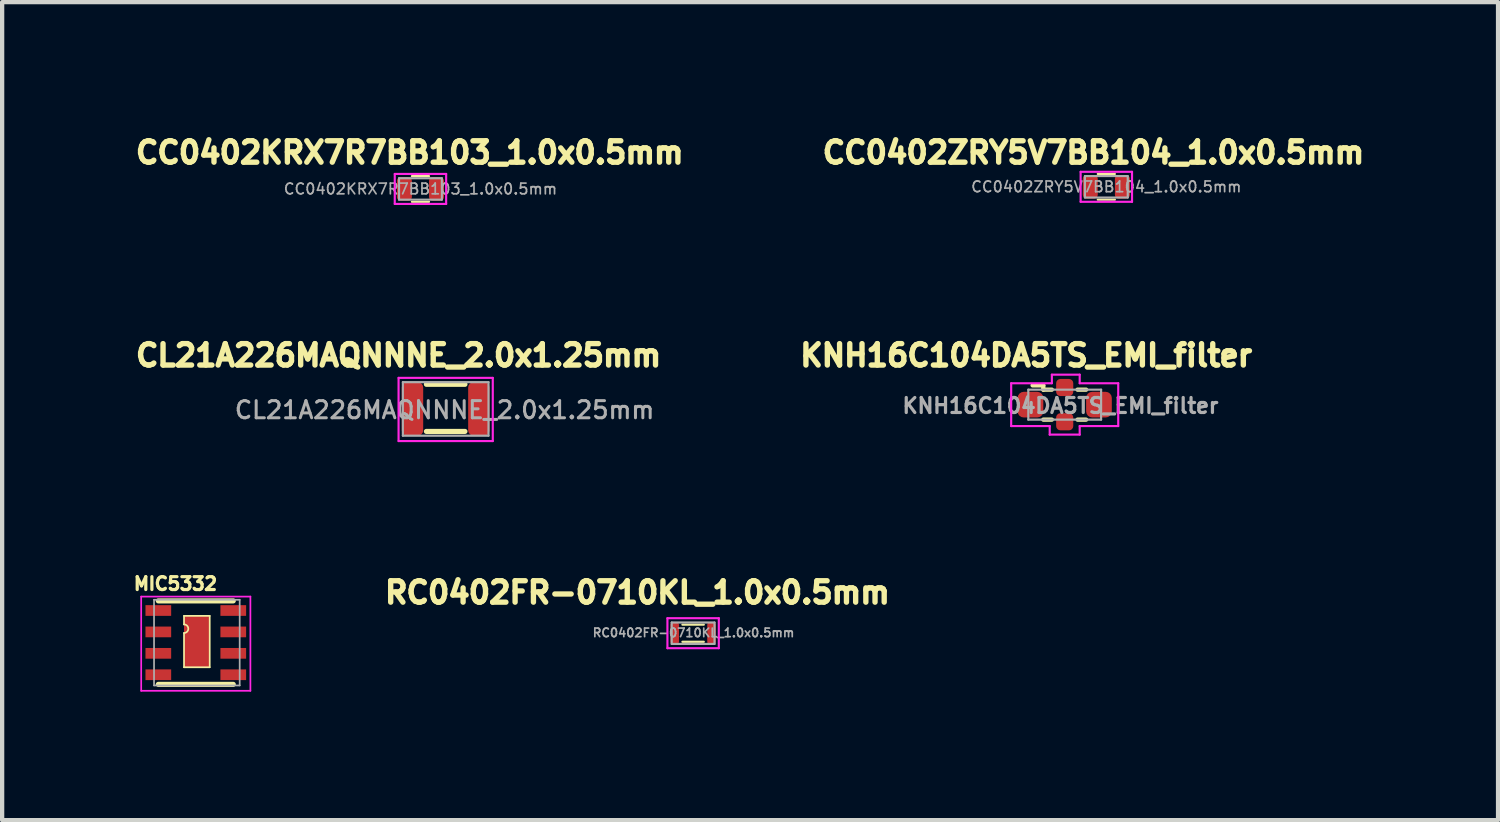
<source format=kicad_pcb>
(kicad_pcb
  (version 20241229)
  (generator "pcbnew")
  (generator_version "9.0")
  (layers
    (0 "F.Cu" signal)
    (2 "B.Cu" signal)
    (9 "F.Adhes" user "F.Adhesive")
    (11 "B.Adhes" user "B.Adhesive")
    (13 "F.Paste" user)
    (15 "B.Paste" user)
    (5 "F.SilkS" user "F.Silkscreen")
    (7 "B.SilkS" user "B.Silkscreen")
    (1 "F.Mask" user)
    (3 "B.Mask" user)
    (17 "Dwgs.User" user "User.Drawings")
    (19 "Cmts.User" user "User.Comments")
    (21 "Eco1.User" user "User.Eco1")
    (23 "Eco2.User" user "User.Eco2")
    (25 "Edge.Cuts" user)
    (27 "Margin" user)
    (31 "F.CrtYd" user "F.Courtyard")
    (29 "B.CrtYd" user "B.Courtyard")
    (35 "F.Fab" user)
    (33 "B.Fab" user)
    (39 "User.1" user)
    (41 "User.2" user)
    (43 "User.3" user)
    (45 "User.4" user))
  (footprint "MIC5332"
    (layer "F.Cu")
    (at 0.547 11.081)
    (property "Reference" "MIC5332" (at 0.5 -0.5 0) (layer "F.SilkS") (effects (font (size 0.3 0.3) (thickness 0.075))))
    (attr through_hole)
    (fp_line (start 0.1 -0.1) (end 1.85 -0.1) (stroke (width 0.12) (type solid)) (layer "F.SilkS"))
    (fp_line (start 0.7 0.25) (end 0.7 0.45) (stroke (width 0.04) (type solid)) (layer "F.SilkS"))
    (fp_line (start 0.7 0.65) (end 0.7 1.45) (stroke (width 0.04) (type solid)) (layer "F.SilkS"))
    (fp_line (start 0.7 1.45) (end 1.3 1.45) (stroke (width 0.04) (type solid)) (layer "F.SilkS"))
    (fp_line (start 1.3 0.25) (end 0.7 0.25) (stroke (width 0.04) (type solid)) (layer "F.SilkS"))
    (fp_line (start 1.3 1.45) (end 1.3 0.25) (stroke (width 0.04) (type solid)) (layer "F.SilkS"))
    (fp_line (start 1.85 1.85) (end 0.1 1.85) (stroke (width 0.12) (type solid)) (layer "F.SilkS"))
    (fp_arc (start 0.7 0.45) (mid 0.8 0.55) (end 0.7 0.65) (stroke (width 0.04) (type solid)) (layer "F.SilkS"))
    (fp_line (start -0.3 -0.2) (end -0.3 2) (stroke (width 0.04) (type solid)) (layer "F.CrtYd"))
    (fp_line (start -0.3 2) (end 2.25 2) (stroke (width 0.04) (type solid)) (layer "F.CrtYd"))
    (fp_line (start 2.25 -0.2) (end -0.3 -0.2) (stroke (width 0.04) (type solid)) (layer "F.CrtYd"))
    (fp_line (start 2.25 2) (end 2.25 -0.2) (stroke (width 0.04) (type solid)) (layer "F.CrtYd"))
    (fp_line (start 0 -0.125) (end 2 -0.125) (stroke (width 0.04) (type solid)) (layer "F.Fab"))
    (fp_line (start 0 1.875) (end 0 -0.125) (stroke (width 0.04) (type solid)) (layer "F.Fab"))
    (fp_line (start 2 -0.125) (end 2 1.875) (stroke (width 0.04) (type solid)) (layer "F.Fab"))
    (fp_line (start 2 1.875) (end 0 1.875) (stroke (width 0.04) (type solid)) (layer "F.Fab"))
    (pad "1" smd trapezoid (at 0.1 0.125 270) (size 0.25 0.6) (layers "F.Cu" "F.Mask" "F.Paste"))
    (pad "2" smd trapezoid (at 0.1 0.625 90) (size 0.25 0.6) (layers "F.Cu" "F.Mask" "F.Paste"))
    (pad "2" smd trapezoid (at 1 0.85 90) (size 1.2 0.6) (layers "F.Cu" "F.Mask" "F.Paste"))
    (pad "3" smd trapezoid (at 0.1 1.125 90) (size 0.25 0.6) (layers "F.Cu" "F.Mask" "F.Paste"))
    (pad "4" smd trapezoid (at 0.1 1.625 90) (size 0.25 0.6) (layers "F.Cu" "F.Mask" "F.Paste"))
    (pad "5" smd trapezoid (at 1.85 1.625 90) (size 0.25 0.6) (layers "F.Cu" "F.Mask" "F.Paste"))
    (pad "6" smd trapezoid (at 1.85 1.125 90) (size 0.25 0.6) (layers "F.Cu" "F.Mask" "F.Paste"))
    (pad "7" smd trapezoid (at 1.85 0.625 90) (size 0.25 0.6) (layers "F.Cu" "F.Mask" "F.Paste"))
    (pad "8" smd trapezoid (at 1.85 0.125 90) (size 0.25 0.6) (layers "F.Cu" "F.Mask" "F.Paste")))
  (footprint "CC0402KRX7R7BB103_1.0x0.5mm"
    (layer "F.Cu")
    (at 6.168 1.012)
    (property "Reference" "CC0402KRX7R7BB103_1.0x0.5mm" (at 0.35 -0.5 0) (layer "F.SilkS") (effects (font (size 0.5 0.5) (thickness 0.125))))
    (attr through_hole)
    (fp_line (start 0.4 0.05) (end 0.8 0.05) (stroke (width 0.05) (type solid)) (layer "F.SilkS"))
    (fp_line (start 0.4 0.65) (end 0.8 0.65) (stroke (width 0.05) (type solid)) (layer "F.SilkS"))
    (fp_line (start 0 0) (end 0 0.7) (stroke (width 0.05) (type solid)) (layer "F.CrtYd"))
    (fp_line (start 0 0.7) (end 1.2 0.7) (stroke (width 0.05) (type solid)) (layer "F.CrtYd"))
    (fp_line (start 1.2 0) (end 0 0) (stroke (width 0.05) (type solid)) (layer "F.CrtYd"))
    (fp_line (start 1.2 0.7) (end 1.2 0) (stroke (width 0.05) (type solid)) (layer "F.CrtYd"))
    (fp_line (start 0.1 0.1) (end 0.1 0.6) (stroke (width 0.05) (type solid)) (layer "F.Fab"))
    (fp_line (start 0.1 0.1) (end 1.1 0.1) (stroke (width 0.05) (type solid)) (layer "F.Fab"))
    (fp_line (start 1.1 0.1) (end 1.1 0.6) (stroke (width 0.05) (type solid)) (layer "F.Fab"))
    (fp_line (start 1.1 0.6) (end 0.1 0.6) (stroke (width 0.05) (type solid)) (layer "F.Fab"))
    (fp_text user "${REFERENCE}" (at 0.6 0.35 0) (layer "F.Fab") (effects (font (size 0.25 0.25) (thickness 0.04))))
    (pad "1" smd roundrect (at 0.225 0.35) (size 0.35 0.55) (layers "F.Cu" "F.Mask" "F.Paste") (roundrect_rratio 0.25))
    (pad "2" smd roundrect (at 0.975 0.35) (size 0.35 0.55) (layers "F.Cu" "F.Mask" "F.Paste") (roundrect_rratio 0.25)))
  (footprint "RC0402FR-0710KL_1.0x0.5mm"
    (layer "F.Cu")
    (at 12.635 11.486)
    (property "Reference" "RC0402FR-0710KL_1.0x0.5mm" (at -0.8 -0.7 0) (layer "F.SilkS") (effects (font (size 0.5 0.5) (thickness 0.125))))
    (attr through_hole)
    (fp_line (start 0.25 0.05) (end 0.75 0.05) (stroke (width 0.05) (type solid)) (layer "F.SilkS"))
    (fp_line (start 0.75 0.45) (end 0.25 0.45) (stroke (width 0.05) (type solid)) (layer "F.SilkS"))
    (fp_line (start -0.1 -0.1) (end -0.1 0.6) (stroke (width 0.05) (type solid)) (layer "F.CrtYd"))
    (fp_line (start -0.1 0.6) (end 1.1 0.6) (stroke (width 0.05) (type solid)) (layer "F.CrtYd"))
    (fp_line (start 1.1 -0.1) (end -0.1 -0.1) (stroke (width 0.05) (type solid)) (layer "F.CrtYd"))
    (fp_line (start 1.1 0.6) (end 1.1 -0.1) (stroke (width 0.05) (type solid)) (layer "F.CrtYd"))
    (fp_line (start 0 0) (end 0 0.5) (stroke (width 0.05) (type solid)) (layer "F.Fab"))
    (fp_line (start 0 0) (end 1 0) (stroke (width 0.05) (type solid)) (layer "F.Fab"))
    (fp_line (start 1 0) (end 1 0.5) (stroke (width 0.05) (type solid)) (layer "F.Fab"))
    (fp_line (start 1 0.5) (end 0 0.5) (stroke (width 0.05) (type solid)) (layer "F.Fab"))
    (fp_text user "${REFERENCE}" (at 0.51 0.24 0) (layer "F.Fab") (effects (font (size 0.2 0.2) (thickness 0.04))))
    (pad "1" smd roundrect (at 0.07 0.25) (size 0.2 0.5) (layers "F.Cu" "F.Mask" "F.Paste") (roundrect_rratio 0.25))
    (pad "2" smd roundrect (at 0.93 0.25) (size 0.2 0.5) (layers "F.Cu" "F.Mask" "F.Paste") (roundrect_rratio 0.25)))
  (footprint "CL21A226MAQNNNE_2.0x1.25mm"
    (layer "F.Cu")
    (at 6.257 5.774)
    (property "Reference" "CL21A226MAQNNNE_2.0x1.25mm" (at 0 -0.525 0) (layer "F.SilkS") (effects (font (size 0.5 0.5) (thickness 0.125))))
    (attr through_hole)
    (fp_line (start 0.65 0.15) (end 1.55 0.15) (stroke (width 0.12) (type solid)) (layer "F.SilkS"))
    (fp_line (start 1.55 1.25) (end 0.65 1.25) (stroke (width 0.12) (type solid)) (layer "F.SilkS"))
    (fp_line (start 0 0) (end 0 1.475) (stroke (width 0.05) (type solid)) (layer "F.CrtYd"))
    (fp_line (start 0 1.475) (end 2.2 1.475) (stroke (width 0.05) (type solid)) (layer "F.CrtYd"))
    (fp_line (start 2.2 0) (end 0 0) (stroke (width 0.05) (type solid)) (layer "F.CrtYd"))
    (fp_line (start 2.2 1.475) (end 2.2 0) (stroke (width 0.05) (type solid)) (layer "F.CrtYd"))
    (fp_line (start 0.1 0.1) (end 0.1 1.35) (stroke (width 0.05) (type solid)) (layer "F.Fab"))
    (fp_line (start 0.1 0.1) (end 2.1 0.1) (stroke (width 0.05) (type solid)) (layer "F.Fab"))
    (fp_line (start 0.1 1.35) (end 2.1 1.35) (stroke (width 0.05) (type solid)) (layer "F.Fab"))
    (fp_line (start 2.1 0.1) (end 2.1 1.35) (stroke (width 0.05) (type solid)) (layer "F.Fab"))
    (fp_text user "${REFERENCE}" (at 1.075 0.75 0) (layer "F.Fab") (effects (font (size 0.4 0.4) (thickness 0.07))))
    (pad "1" smd roundrect (at 0.325 0.725) (size 0.5 1.25) (layers "F.Cu" "F.Mask" "F.Paste") (roundrect_rratio 0.25))
    (pad "2" smd roundrect (at 1.875 0.725) (size 0.5 1.25) (layers "F.Cu" "F.Mask" "F.Paste") (roundrect_rratio 0.25)))
  (footprint "KNH16C104DA5TS_EMI_filter"
    (layer "F.Cu")
    (at 21.012 5.999)
    (property "Reference" "KNH16C104DA5TS_EMI_filter" (at -0.1 -0.75 0) (layer "F.SilkS") (effects (font (size 0.5 0.5) (thickness 0.125))))
    (attr through_hole)
    (fp_line (start 0.05 -0.05) (end 0.3 -0.05) (stroke (width 0.1) (type solid)) (layer "F.SilkS"))
    (fp_line (start 0.3 -0.05) (end 0.3 0.05) (stroke (width 0.1) (type solid)) (layer "F.SilkS"))
    (fp_line (start 0.3 0.05) (end 0.5 0.05) (stroke (width 0.1) (type solid)) (layer "F.SilkS"))
    (fp_line (start 0.5 0.75) (end 0.3 0.75) (stroke (width 0.1) (type solid)) (layer "F.SilkS"))
    (fp_line (start 1.3 0.05) (end 1.1 0.05) (stroke (width 0.1) (type solid)) (layer "F.SilkS"))
    (fp_line (start 1.3 0.75) (end 1.1 0.75) (stroke (width 0.1) (type solid)) (layer "F.SilkS"))
    (fp_line (start -0.45 -0.1) (end -0.45 0.9) (stroke (width 0.05) (type solid)) (layer "F.CrtYd"))
    (fp_line (start -0.45 0.9) (end 0.45 0.9) (stroke (width 0.05) (type solid)) (layer "F.CrtYd"))
    (fp_line (start 0.45 0.9) (end 0.45 1.1) (stroke (width 0.05) (type solid)) (layer "F.CrtYd"))
    (fp_line (start 0.45 1.1) (end 1.15 1.1) (stroke (width 0.05) (type solid)) (layer "F.CrtYd"))
    (fp_line (start 0.5 -0.3) (end 0.5 -0.1) (stroke (width 0.05) (type solid)) (layer "F.CrtYd"))
    (fp_line (start 0.5 -0.1) (end -0.45 -0.1) (stroke (width 0.05) (type solid)) (layer "F.CrtYd"))
    (fp_line (start 1.15 -0.3) (end 0.5 -0.3) (stroke (width 0.05) (type solid)) (layer "F.CrtYd"))
    (fp_line (start 1.15 -0.1) (end 1.15 -0.3) (stroke (width 0.05) (type solid)) (layer "F.CrtYd"))
    (fp_line (start 1.15 0.9) (end 2.05 0.9) (stroke (width 0.05) (type solid)) (layer "F.CrtYd"))
    (fp_line (start 1.15 1.1) (end 1.15 0.9) (stroke (width 0.05) (type solid)) (layer "F.CrtYd"))
    (fp_line (start 2.05 -0.1) (end 1.15 -0.1) (stroke (width 0.05) (type solid)) (layer "F.CrtYd"))
    (fp_line (start 2.05 0.9) (end 2.05 -0.1) (stroke (width 0.05) (type solid)) (layer "F.CrtYd"))
    (fp_line (start -0.05 0.05) (end -0.05 0.75) (stroke (width 0.05) (type solid)) (layer "F.Fab"))
    (fp_line (start -0.05 0.05) (end 1.65 0.05) (stroke (width 0.05) (type solid)) (layer "F.Fab"))
    (fp_line (start -0.05 0.75) (end 1.65 0.75) (stroke (width 0.05) (type solid)) (layer "F.Fab"))
    (fp_line (start 1.65 0.75) (end 1.65 0.05) (stroke (width 0.05) (type solid)) (layer "F.Fab"))
    (fp_text user "${REFERENCE}" (at 0.7 0.425 0) (layer "F.Fab") (effects (font (size 0.35 0.35) (thickness 0.075))))
    (pad "1" smd roundrect (at 0 0.4) (size 0.6 0.6) (layers "F.Cu" "F.Mask" "F.Paste") (roundrect_rratio 0.24))
    (pad "2" smd roundrect (at 0.8 0.8) (size 0.4 0.4) (layers "F.Cu" "F.Mask" "F.Paste") (roundrect_rratio 0.25))
    (pad "3" smd roundrect (at 1.6 0.4) (size 0.6 0.6) (layers "F.Cu" "F.Mask" "F.Paste") (roundrect_rratio 0.24))
    (pad "4" smd roundrect (at 0.8 0) (size 0.4 0.4) (layers "F.Cu" "F.Mask" "F.Paste") (roundrect_rratio 0.25)))
  (footprint "CC0402ZRY5V7BB104_1.0x0.5mm"
    (layer "F.Cu")
    (at 22.284 1.062)
    (property "Reference" "CC0402ZRY5V7BB104_1.0x0.5mm" (at 0.2 -0.55 0) (layer "F.SilkS") (effects (font (size 0.5 0.5) (thickness 0.125))))
    (attr through_hole)
    (fp_line (start 0.3 -0.05) (end 0.7 -0.05) (stroke (width 0.05) (type solid)) (layer "F.SilkS"))
    (fp_line (start 0.3 0.55) (end 0.7 0.55) (stroke (width 0.05) (type solid)) (layer "F.SilkS"))
    (fp_line (start -0.1 -0.1) (end -0.1 0.6) (stroke (width 0.05) (type solid)) (layer "F.CrtYd"))
    (fp_line (start -0.1 0.6) (end 1.1 0.6) (stroke (width 0.05) (type solid)) (layer "F.CrtYd"))
    (fp_line (start 1.1 -0.1) (end -0.1 -0.1) (stroke (width 0.05) (type solid)) (layer "F.CrtYd"))
    (fp_line (start 1.1 0.6) (end 1.1 -0.1) (stroke (width 0.05) (type solid)) (layer "F.CrtYd"))
    (fp_line (start 0 0) (end 0 0.5) (stroke (width 0.05) (type solid)) (layer "F.Fab"))
    (fp_line (start 0 0) (end 1 0) (stroke (width 0.05) (type solid)) (layer "F.Fab"))
    (fp_line (start 1 0) (end 1 0.5) (stroke (width 0.05) (type solid)) (layer "F.Fab"))
    (fp_line (start 1 0.5) (end 0 0.5) (stroke (width 0.05) (type solid)) (layer "F.Fab"))
    (fp_text user "${REFERENCE}" (at 0.5 0.25 0) (layer "F.Fab") (effects (font (size 0.25 0.25) (thickness 0.04))))
    (pad "1" smd roundrect (at 0.125 0.25) (size 0.35 0.55) (layers "F.Cu" "F.Mask" "F.Paste") (roundrect_rratio 0.25))
    (pad "2" smd roundrect (at 0.875 0.25) (size 0.35 0.55) (layers "F.Cu" "F.Mask" "F.Paste") (roundrect_rratio 0.25)))
  (gr_rect
    (start -3 -3)
    (end 31.931 16.101)
    (stroke (width 0.1) (type default))
    (fill no)
    (layer "Edge.Cuts")))
</source>
